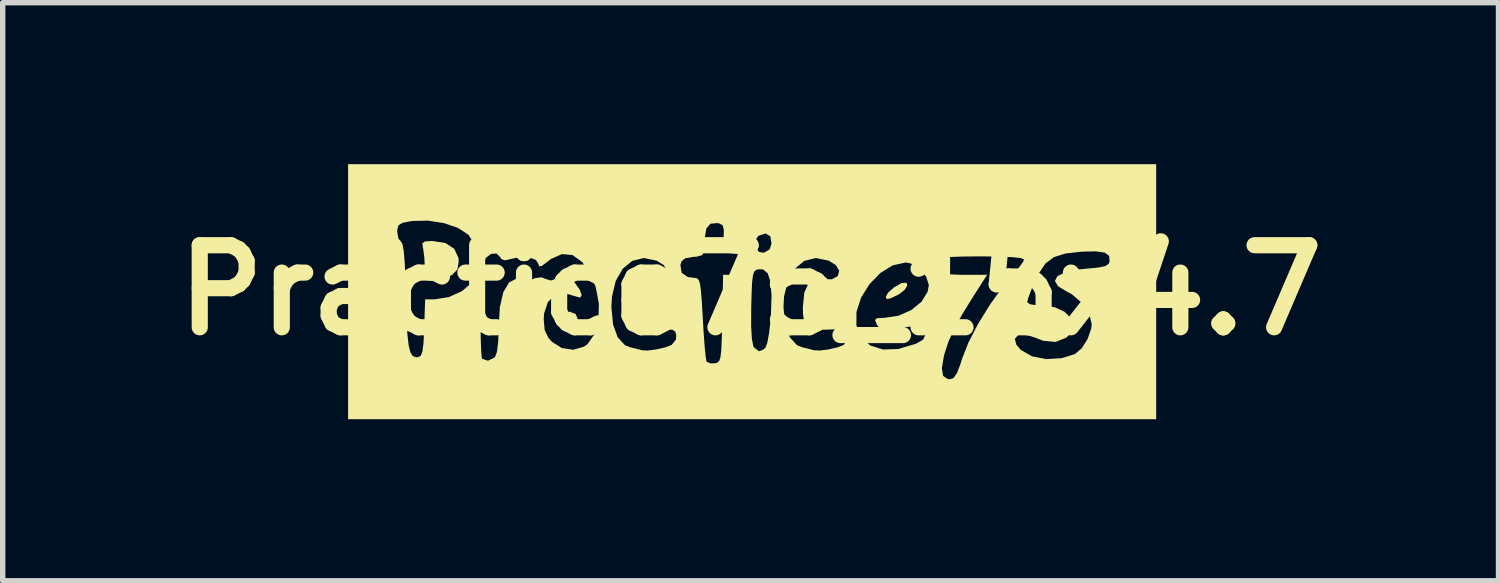
<source format=kicad_pcb>
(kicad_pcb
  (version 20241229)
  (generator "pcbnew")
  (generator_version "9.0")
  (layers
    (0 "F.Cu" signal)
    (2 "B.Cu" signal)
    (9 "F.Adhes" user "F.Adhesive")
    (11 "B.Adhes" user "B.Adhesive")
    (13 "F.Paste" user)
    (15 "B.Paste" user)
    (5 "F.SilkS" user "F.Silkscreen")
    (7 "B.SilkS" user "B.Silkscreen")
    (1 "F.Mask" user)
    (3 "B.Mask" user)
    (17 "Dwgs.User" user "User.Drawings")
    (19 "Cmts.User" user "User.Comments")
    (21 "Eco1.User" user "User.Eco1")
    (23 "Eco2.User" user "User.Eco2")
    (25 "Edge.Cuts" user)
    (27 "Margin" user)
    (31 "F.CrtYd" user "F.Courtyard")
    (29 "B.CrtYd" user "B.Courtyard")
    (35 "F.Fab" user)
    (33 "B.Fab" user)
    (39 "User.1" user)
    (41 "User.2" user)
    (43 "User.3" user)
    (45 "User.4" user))
  (footprint "Practice75_15x4.7"
    (layer "F.Cu")
    (at 10.893 2.34)
    (property "Reference" "Practice75_15x4.7" (at 0 0 0) (layer "F.SilkS") (effects (font (size 1.524 1.524) (thickness 0.3))))
    (attr through_hole)
    (fp_poly (pts (xy -3.25 0.443) (xy -3.209 0.544) (xy -3.254 0.657) (xy -3.365 0.735) (xy -3.462 0.71) (xy -3.51 0.628) (xy -3.519 0.485) (xy -3.438 0.41) (xy -3.362 0.4)) (stroke (width 0) (type solid)) (fill yes) (layer "F.SilkS"))
    (fp_poly (pts (xy 2.912 -0.089) (xy 2.866 -0.011) (xy 2.768 0.07) (xy 2.743 0.084) (xy 2.6 0.152) (xy 2.531 0.166) (xy 2.512 0.128) (xy 2.511 0.123) (xy 2.556 0.044) (xy 2.662 -0.05) (xy 2.789 -0.124) (xy 2.811 -0.132) (xy 2.896 -0.139)) (stroke (width 0) (type solid)) (fill yes) (layer "F.SilkS"))
    (fp_poly (pts (xy -5.669 -0.876) (xy -5.504 -0.768) (xy -5.427 -0.598) (xy -5.422 -0.537) (xy -5.445 -0.386) (xy -5.536 -0.29) (xy -5.591 -0.258) (xy -5.757 -0.196) (xy -5.905 -0.171) (xy -5.997 -0.182) (xy -6.039 -0.237) (xy -6.051 -0.366) (xy -6.051 -0.414) (xy -6.06 -0.6) (xy -6.08 -0.758) (xy -6.086 -0.785) (xy -6.097 -0.87) (xy -6.048 -0.906) (xy -5.913 -0.913) (xy -5.912 -0.913)) (stroke (width 0) (type solid)) (fill yes) (layer "F.SilkS"))
    (fp_poly (pts (xy 7.534 2.397) (xy -7.477 2.397) (xy -7.477 -1.083) (xy -6.564 -1.083) (xy -6.542 -0.959) (xy -6.494 -0.9) (xy -6.466 -0.852) (xy -6.443 -0.724) (xy -6.425 -0.507) (xy -6.411 -0.192) (xy -6.403 0.118) (xy -6.391 0.515) (xy -6.376 0.811) (xy -6.353 1.018) (xy -6.321 1.152) (xy -6.276 1.223) (xy -6.216 1.247) (xy -6.17 1.243) (xy -6.125 1.214) (xy -6.095 1.134) (xy -6.076 0.983) (xy -6.064 0.741) (xy -6.062 0.699) (xy -6.061 0.646) (xy -5.016 0.646) (xy -5.013 0.9) (xy -5.006 1.106) (xy -4.995 1.238) (xy -4.985 1.275) (xy -4.879 1.311) (xy -4.76 1.254) (xy -4.749 1.244) (xy -4.712 1.148) (xy -4.688 0.956) (xy -4.68 0.7) (xy -4.658 0.317) (xy -4.593 0.035) (xy -4.485 -0.145) (xy -4.334 -0.221) (xy -4.181 -0.205) (xy -4.053 -0.204) (xy -4.001 -0.224) (xy -3.881 -0.239) (xy -3.819 -0.212) (xy -3.708 -0.179) (xy -3.569 -0.227) (xy -3.565 -0.23) (xy -3.457 -0.276) (xy -3.381 -0.259) (xy -3.287 -0.165) (xy -3.276 -0.152) (xy -3.176 -0.013) (xy -3.138 0.091) (xy -3.164 0.139) (xy -3.25 0.116) (xy -3.459 0.053) (xy -3.636 0.092) (xy -3.767 0.223) (xy -3.836 0.434) (xy -3.843 0.546) (xy -3.825 0.743) (xy -3.756 0.885) (xy -3.693 0.957) (xy -3.507 1.075) (xy -3.296 1.107) (xy -3.098 1.051) (xy -3.028 1.001) (xy -2.896 0.811) (xy -2.826 0.553) (xy -2.82 0.317) (xy -2.586 0.317) (xy -2.555 0.637) (xy -2.469 0.875) (xy -2.334 1.022) (xy -2.239 1.06) (xy -2.104 1.093) (xy -2.026 1.115) (xy -1.917 1.122) (xy -1.752 1.101) (xy -1.581 1.062) (xy -1.467 1.018) (xy -1.386 0.917) (xy -1.381 0.838) (xy -1.399 0.771) (xy -1.449 0.736) (xy -1.558 0.725) (xy -1.751 0.732) (xy -1.763 0.733) (xy -1.991 0.736) (xy -2.128 0.704) (xy -2.198 0.616) (xy -2.223 0.45) (xy -2.225 0.312) (xy -2.198 0.042) (xy -2.116 -0.133) (xy -1.981 -0.209) (xy -1.868 -0.205) (xy -1.686 -0.202) (xy -1.577 -0.262) (xy -1.55 -0.359) (xy -1.612 -0.463) (xy -1.304 -0.463) (xy -1.28 -0.321) (xy -1.164 -0.243) (xy -1.05 -0.229) (xy -1.001 -0.223) (xy -0.965 -0.192) (xy -0.94 -0.118) (xy -0.922 0.016) (xy -0.905 0.228) (xy -0.888 0.526) (xy -0.871 0.81) (xy -0.853 1.053) (xy -0.835 1.231) (xy -0.82 1.323) (xy -0.818 1.329) (xy -0.745 1.36) (xy -0.665 1.359) (xy -0.617 1.347) (xy -0.583 1.315) (xy -0.56 1.245) (xy -0.545 1.12) (xy -0.536 0.922) (xy -0.529 0.664) (xy 0.01 0.664) (xy 0.024 0.911) (xy 0.052 1.046) (xy 0.062 1.062) (xy 0.156 1.136) (xy 0.245 1.1) (xy 0.279 1.063) (xy 0.311 0.974) (xy 0.343 0.801) (xy 0.369 0.574) (xy 0.378 0.45) (xy 0.382 0.317) (xy 0.611 0.317) (xy 0.642 0.637) (xy 0.727 0.875) (xy 0.862 1.022) (xy 0.957 1.06) (xy 1.093 1.093) (xy 1.17 1.115) (xy 1.279 1.122) (xy 1.445 1.101) (xy 1.615 1.062) (xy 1.729 1.018) (xy 1.81 0.917) (xy 1.816 0.838) (xy 1.797 0.771) (xy 1.747 0.736) (xy 1.639 0.725) (xy 1.445 0.732) (xy 1.433 0.733) (xy 1.206 0.736) (xy 1.068 0.704) (xy 1.027 0.652) (xy 1.965 0.652) (xy 2.057 0.878) (xy 2.225 1.029) (xy 2.459 1.102) (xy 2.743 1.093) (xy 3.067 0.997) (xy 3.072 0.995) (xy 3.203 0.921) (xy 3.246 0.833) (xy 3.243 0.786) (xy 3.225 0.718) (xy 3.181 0.679) (xy 3.089 0.668) (xy 2.927 0.681) (xy 2.674 0.716) (xy 2.674 0.716) (xy 2.507 0.734) (xy 2.413 0.717) (xy 2.356 0.657) (xy 2.344 0.635) (xy 2.311 0.555) (xy 2.345 0.521) (xy 2.468 0.514) (xy 2.483 0.514) (xy 2.747 0.475) (xy 2.986 0.369) (xy 3.174 0.216) (xy 3.288 0.031) (xy 3.311 -0.096) (xy 3.261 -0.253) (xy 3.138 -0.398) (xy 3.052 -0.451) (xy 3.382 -0.451) (xy 3.425 -0.371) (xy 3.503 -0.323) (xy 3.651 -0.296) (xy 3.89 -0.286) (xy 3.945 -0.285) (xy 4.394 -0.285) (xy 4.142 0.108) (xy 3.932 0.447) (xy 3.78 0.723) (xy 3.674 0.959) (xy 3.602 1.182) (xy 3.592 1.218) (xy 3.553 1.45) (xy 3.576 1.592) (xy 3.663 1.652) (xy 3.703 1.655) (xy 3.77 1.631) (xy 3.831 1.545) (xy 3.897 1.376) (xy 3.932 1.265) (xy 4.048 0.969) (xy 4.082 0.905) (xy 4.909 0.905) (xy 4.937 1.014) (xy 5.021 1.111) (xy 5.228 1.229) (xy 5.494 1.281) (xy 5.781 1.263) (xy 6.024 1.187) (xy 6.152 1.079) (xy 6.262 0.904) (xy 6.328 0.709) (xy 6.336 0.626) (xy 6.286 0.43) (xy 6.154 0.235) (xy 5.967 0.076) (xy 5.88 0.029) (xy 5.712 -0.072) (xy 5.653 -0.17) (xy 5.698 -0.259) (xy 5.842 -0.331) (xy 6.08 -0.383) (xy 6.244 -0.4) (xy 6.461 -0.42) (xy 6.588 -0.447) (xy 6.651 -0.489) (xy 6.669 -0.535) (xy 6.66 -0.636) (xy 6.58 -0.697) (xy 6.414 -0.721) (xy 6.153 -0.715) (xy 5.851 -0.681) (xy 5.635 -0.614) (xy 5.478 -0.496) (xy 5.352 -0.31) (xy 5.289 -0.182) (xy 5.21 0.003) (xy 5.156 0.149) (xy 5.137 0.221) (xy 5.19 0.262) (xy 5.334 0.283) (xy 5.415 0.285) (xy 5.648 0.317) (xy 5.831 0.401) (xy 5.952 0.52) (xy 5.998 0.657) (xy 5.956 0.794) (xy 5.866 0.881) (xy 5.667 0.962) (xy 5.435 0.94) (xy 5.275 0.878) (xy 5.094 0.822) (xy 4.967 0.836) (xy 4.909 0.905) (xy 4.082 0.905) (xy 4.225 0.628) (xy 4.442 0.276) (xy 4.677 -0.053) (xy 4.859 -0.27) (xy 4.979 -0.411) (xy 5.06 -0.523) (xy 5.08 -0.57) (xy 5.024 -0.595) (xy 4.863 -0.613) (xy 4.603 -0.624) (xy 4.288 -0.628) (xy 3.956 -0.625) (xy 3.721 -0.617) (xy 3.565 -0.601) (xy 3.472 -0.576) (xy 3.425 -0.542) (xy 3.382 -0.451) (xy 3.052 -0.451) (xy 2.98 -0.495) (xy 2.882 -0.514) (xy 2.641 -0.461) (xy 2.41 -0.319) (xy 2.208 -0.111) (xy 2.053 0.137) (xy 1.967 0.402) (xy 1.965 0.652) (xy 1.027 0.652) (xy 0.999 0.616) (xy 0.974 0.45) (xy 0.971 0.312) (xy 0.998 0.042) (xy 1.08 -0.133) (xy 1.215 -0.209) (xy 1.328 -0.205) (xy 1.51 -0.202) (xy 1.619 -0.262) (xy 1.646 -0.359) (xy 1.582 -0.467) (xy 1.451 -0.548) (xy 1.212 -0.597) (xy 0.998 -0.544) (xy 0.822 -0.4) (xy 0.693 -0.175) (xy 0.621 0.119) (xy 0.611 0.317) (xy 0.382 0.317) (xy 0.389 0.095) (xy 0.369 -0.158) (xy 0.317 -0.315) (xy 0.23 -0.386) (xy 0.157 -0.389) (xy 0.102 -0.376) (xy 0.065 -0.342) (xy 0.042 -0.267) (xy 0.027 -0.133) (xy 0.018 0.082) (xy 0.012 0.306) (xy 0.01 0.664) (xy -0.529 0.664) (xy -0.528 0.633) (xy -0.526 0.528) (xy -0.511 -0.285) (xy -0.374 -0.285) (xy -0.176 -0.312) (xy -0.072 -0.39) (xy -0.057 -0.451) (xy -0.106 -0.591) (xy -0.243 -0.671) (xy -0.357 -0.685) (xy -0.454 -0.692) (xy -0.5 -0.731) (xy -0.509 -0.834) (xy -0.505 -0.903) (xy 0.073 -0.903) (xy 0.084 -0.79) (xy 0.158 -0.709) (xy 0.247 -0.696) (xy 0.354 -0.756) (xy 0.388 -0.863) (xy 0.367 -1) (xy 0.279 -1.054) (xy 0.15 -1.011) (xy 0.141 -1.005) (xy 0.073 -0.903) (xy -0.505 -0.903) (xy -0.502 -0.956) (xy -0.497 -1.121) (xy -0.519 -1.205) (xy -0.579 -1.239) (xy -0.621 -1.246) (xy -0.747 -1.234) (xy -0.822 -1.144) (xy -0.853 -0.962) (xy -0.855 -0.874) (xy -0.862 -0.723) (xy -0.898 -0.651) (xy -0.994 -0.624) (xy -1.07 -0.617) (xy -1.217 -0.591) (xy -1.285 -0.532) (xy -1.304 -0.463) (xy -1.612 -0.463) (xy -1.614 -0.467) (xy -1.745 -0.548) (xy -1.985 -0.597) (xy -2.198 -0.544) (xy -2.374 -0.4) (xy -2.504 -0.175) (xy -2.575 0.119) (xy -2.586 0.317) (xy -2.82 0.317) (xy -2.818 0.256) (xy -2.875 -0.051) (xy -2.966 -0.282) (xy -3.127 -0.522) (xy -3.308 -0.652) (xy -3.503 -0.671) (xy -3.71 -0.578) (xy -3.763 -0.537) (xy -3.877 -0.451) (xy -3.93 -0.443) (xy -3.938 -0.479) (xy -3.988 -0.562) (xy -4.116 -0.608) (xy -4.29 -0.613) (xy -4.426 -0.585) (xy -4.562 -0.554) (xy -4.629 -0.577) (xy -4.648 -0.61) (xy -4.72 -0.681) (xy -4.822 -0.673) (xy -4.919 -0.599) (xy -4.973 -0.485) (xy -4.988 -0.359) (xy -5.001 -0.159) (xy -5.009 0.092) (xy -5.014 0.369) (xy -5.016 0.646) (xy -6.061 0.646) (xy -6.046 0.171) (xy -5.863 0.17) (xy -5.602 0.128) (xy -5.361 0.018) (xy -5.177 -0.14) (xy -5.104 -0.258) (xy -5.048 -0.527) (xy -5.094 -0.792) (xy -5.235 -1.02) (xy -5.249 -1.034) (xy -5.434 -1.156) (xy -5.692 -1.244) (xy -5.985 -1.291) (xy -6.274 -1.286) (xy -6.306 -1.282) (xy -6.465 -1.251) (xy -6.54 -1.206) (xy -6.563 -1.125) (xy -6.564 -1.083) (xy -7.477 -1.083) (xy -7.477 -2.34) (xy 7.534 -2.34)) (stroke (width 0) (type solid)) (fill yes) (layer "F.SilkS")))
  (gr_rect
    (start -3 -3)
    (end 24.786 7.738)
    (stroke (width 0.1) (type default))
    (fill no)
    (layer "Edge.Cuts")))
</source>
